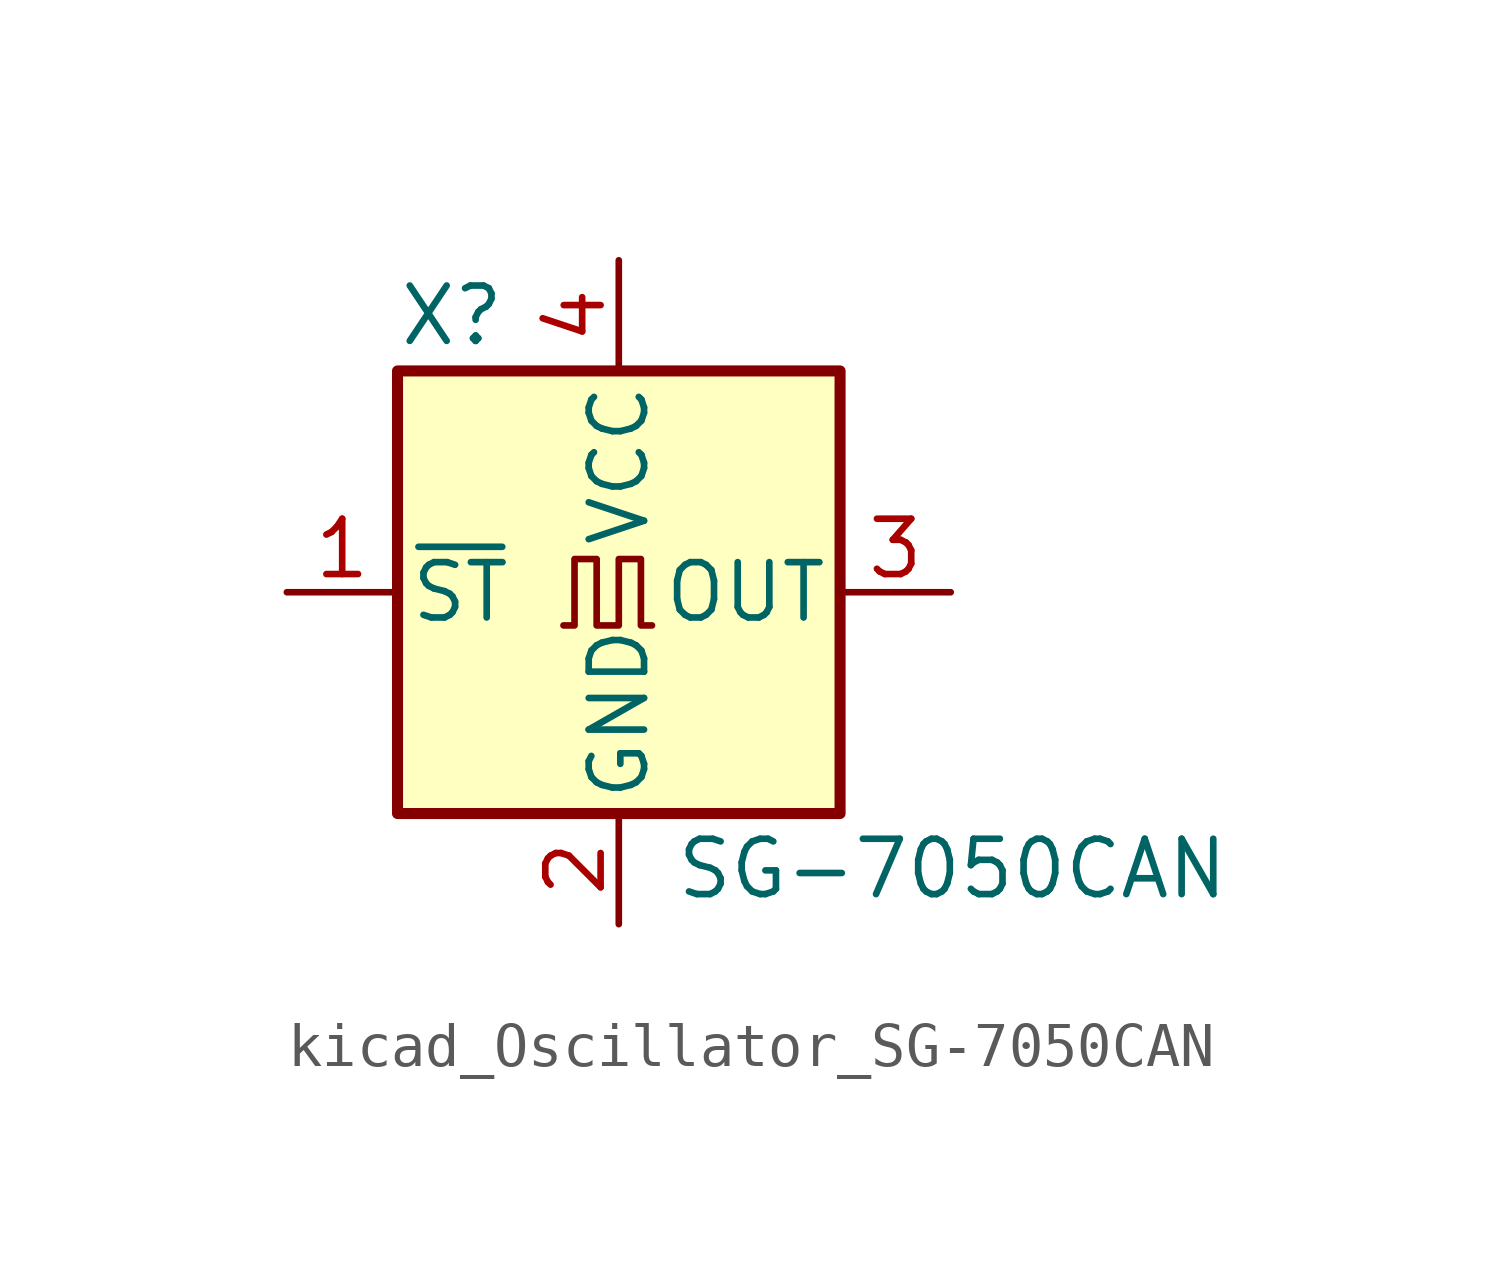
<source format=kicad_sym>
(kicad_symbol_lib
  (version 20220914)
  (generator kicad_symbol_editor)
  (symbol "kicad_Oscillator_SG-7050CAN"
    (pin_names
      (offset 0.254))
    (property "Reference" "X"
      (at -5.08 6.35 0)
      (effects (font (size 1.27 1.27)) (justify left)))
    (property "Value" "SG-7050CAN"
      (at 1.27 -6.35 0)
      (effects (font (size 1.27 1.27)) (justify left)))
    (symbol "kicad_Oscillator_SG-7050CAN_0_1"
      (rectangle (start -5.08 5.08) (end 5.08 -5.08) (stroke (width 0.254) (type default)) (fill (type background)))
      (polyline (pts (xy -1.27 -0.762) (xy -1.016 -0.762) (xy -1.016 0.762) (xy -0.508 0.762) (xy -0.508 -0.762) (xy 0 -0.762) (xy 0 0.762) (xy 0.508 0.762) (xy 0.508 -0.762) (xy 0.762 -0.762)) (stroke (width 0) (type default)) (fill (type none))))
    (symbol "kicad_Oscillator_SG-7050CAN_1_1"
      (pin input line (at -7.62 0 0) (length 2.54) (name "~{ST}" (effects (font (size 1.27 1.27)))) (number "1" (effects (font (size 1.27 1.27)))))
      (pin power_in line (at 0 -7.62 90) (length 2.54) (name "GND" (effects (font (size 1.27 1.27)))) (number "2" (effects (font (size 1.27 1.27)))))
      (pin output line (at 7.62 0 180) (length 2.54) (name "OUT" (effects (font (size 1.27 1.27)))) (number "3" (effects (font (size 1.27 1.27)))))
      (pin power_in line (at 0 7.62 270) (length 2.54) (name "VCC" (effects (font (size 1.27 1.27)))) (number "4" (effects (font (size 1.27 1.27))))))))
</source>
